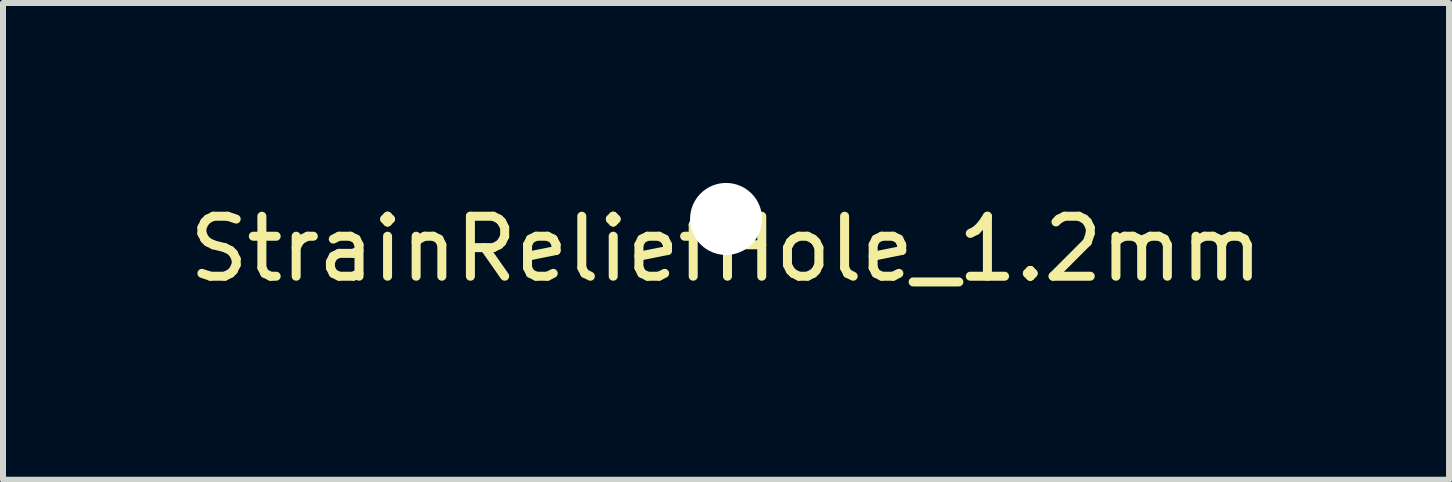
<source format=kicad_pcb>
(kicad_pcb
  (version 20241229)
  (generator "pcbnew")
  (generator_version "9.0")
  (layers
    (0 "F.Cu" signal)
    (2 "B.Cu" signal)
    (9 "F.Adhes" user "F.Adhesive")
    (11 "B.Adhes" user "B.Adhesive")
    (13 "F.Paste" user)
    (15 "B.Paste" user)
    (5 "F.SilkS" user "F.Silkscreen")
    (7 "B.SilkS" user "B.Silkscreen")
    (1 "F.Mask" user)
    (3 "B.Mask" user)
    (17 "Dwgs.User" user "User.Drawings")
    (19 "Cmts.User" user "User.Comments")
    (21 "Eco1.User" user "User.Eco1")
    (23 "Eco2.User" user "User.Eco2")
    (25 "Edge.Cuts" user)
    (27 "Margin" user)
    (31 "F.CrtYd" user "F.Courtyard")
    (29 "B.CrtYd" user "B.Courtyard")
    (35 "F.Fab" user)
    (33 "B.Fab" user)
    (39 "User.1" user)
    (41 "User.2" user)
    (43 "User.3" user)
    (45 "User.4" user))
  (footprint "StrainReliefHole_1.2mm"
    (layer "F.Cu")
    (at 9.054 0.6)
    (property "Reference" "StrainReliefHole_1.2mm" (at 0 0.5 0) (layer "F.SilkS") (effects (font (size 1 1) (thickness 0.15))))
    (attr through_hole)
    (pad "" np_thru_hole circle (at 0 0) (size 1.2 1.2) (drill 1.2) (layers "*.Cu" "*.Mask")))
  (gr_rect
    (start -3 -3)
    (end 21.107 4.948)
    (stroke (width 0.1) (type default))
    (fill no)
    (layer "Edge.Cuts")))
</source>
